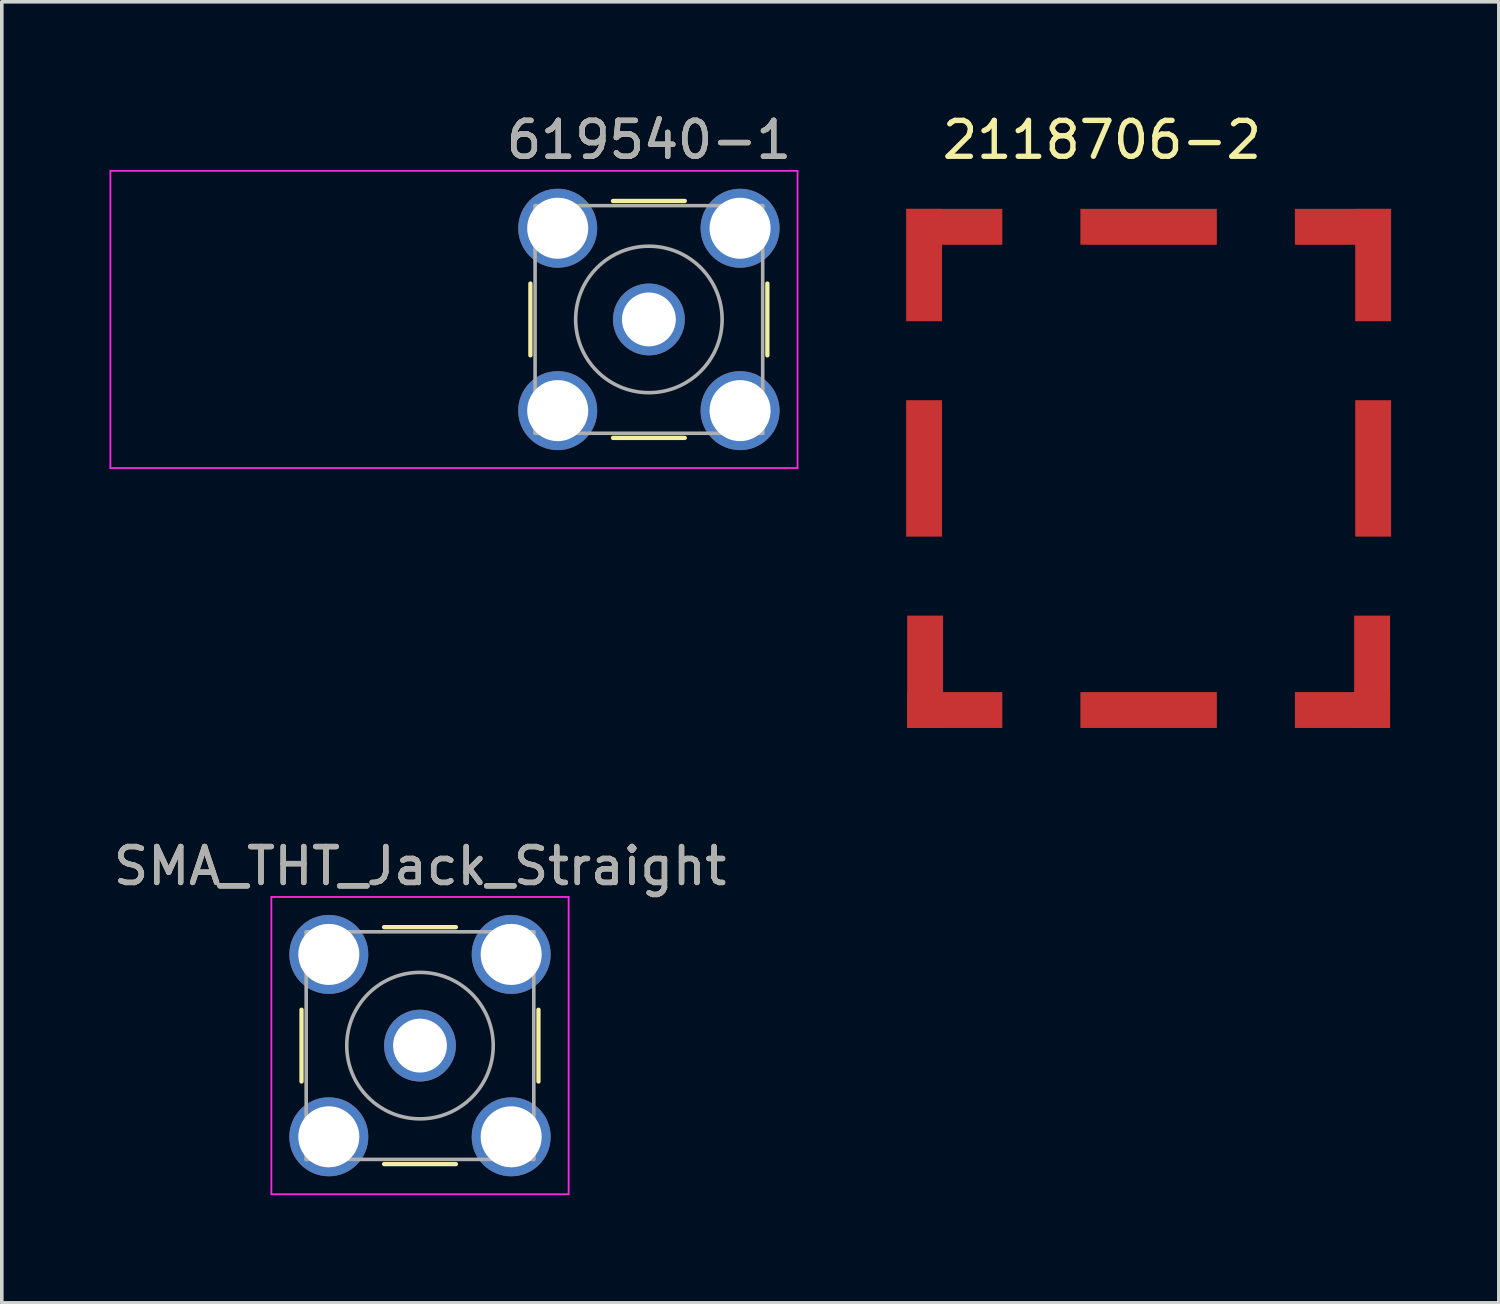
<source format=kicad_pcb>
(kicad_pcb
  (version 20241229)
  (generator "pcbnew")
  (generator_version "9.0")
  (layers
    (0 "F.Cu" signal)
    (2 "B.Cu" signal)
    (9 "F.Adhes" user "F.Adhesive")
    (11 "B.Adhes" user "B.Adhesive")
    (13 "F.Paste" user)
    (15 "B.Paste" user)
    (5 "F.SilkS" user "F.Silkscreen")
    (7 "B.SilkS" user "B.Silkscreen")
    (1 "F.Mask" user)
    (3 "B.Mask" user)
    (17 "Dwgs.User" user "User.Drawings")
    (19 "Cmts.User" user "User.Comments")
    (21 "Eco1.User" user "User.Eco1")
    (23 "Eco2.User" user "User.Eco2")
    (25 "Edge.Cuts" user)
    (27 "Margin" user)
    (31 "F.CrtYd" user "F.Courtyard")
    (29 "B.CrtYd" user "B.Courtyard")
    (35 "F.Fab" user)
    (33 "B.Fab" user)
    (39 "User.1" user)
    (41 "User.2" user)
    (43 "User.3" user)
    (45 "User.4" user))
  (footprint "SMA_THT_Jack_Straight"
    (layer "F.Cu")
    (at 8.649 26.076)
    (property "Reference" "SMA_THT_Jack_Straight" (at 0 -5 0) (layer "F.SilkS") (effects (font (size 1 1) (thickness 0.15))))
    (attr through_hole)
    (fp_line (start -3.3 -1) (end -3.3 1) (stroke (width 0.12) (type solid)) (layer "F.SilkS"))
    (fp_line (start -1 -3.3) (end 1 -3.3) (stroke (width 0.12) (type solid)) (layer "F.SilkS"))
    (fp_line (start -1 3.3) (end 1 3.3) (stroke (width 0.12) (type solid)) (layer "F.SilkS"))
    (fp_line (start 3.3 -1) (end 3.3 1) (stroke (width 0.12) (type solid)) (layer "F.SilkS"))
    (fp_line (start -4.14 -4.14) (end -4.14 4.14) (stroke (width 0.05) (type solid)) (layer "F.CrtYd"))
    (fp_line (start -4.14 -4.14) (end 4.14 -4.14) (stroke (width 0.05) (type solid)) (layer "F.CrtYd"))
    (fp_line (start 4.14 4.14) (end -4.14 4.14) (stroke (width 0.05) (type solid)) (layer "F.CrtYd"))
    (fp_line (start 4.14 4.14) (end 4.14 -4.14) (stroke (width 0.05) (type solid)) (layer "F.CrtYd"))
    (fp_line (start -3.17 -3.17) (end -3.17 3.17) (stroke (width 0.1) (type solid)) (layer "F.Fab"))
    (fp_line (start -3.17 -3.17) (end 3.17 -3.17) (stroke (width 0.1) (type solid)) (layer "F.Fab"))
    (fp_line (start -3.17 3.17) (end 3.17 3.17) (stroke (width 0.1) (type solid)) (layer "F.Fab"))
    (fp_line (start -3.05 -3.05) (end -3.05 -2.03) (stroke (width 0.1) (type solid)) (layer "F.Fab"))
    (fp_line (start -3.05 -3.05) (end -2.03 -3.05) (stroke (width 0.1) (type solid)) (layer "F.Fab"))
    (fp_line (start -3.05 -2.03) (end -2.03 -2.03) (stroke (width 0.1) (type solid)) (layer "F.Fab"))
    (fp_line (start -3.05 2.03) (end -2.03 2.03) (stroke (width 0.1) (type solid)) (layer "F.Fab"))
    (fp_line (start -3.05 3.05) (end -3.05 2.03) (stroke (width 0.1) (type solid)) (layer "F.Fab"))
    (fp_line (start -3.05 3.05) (end -2.03 3.05) (stroke (width 0.1) (type solid)) (layer "F.Fab"))
    (fp_line (start -2.03 -3.05) (end -2.03 -2.03) (stroke (width 0.1) (type solid)) (layer "F.Fab"))
    (fp_line (start -2.03 2.03) (end -2.03 3.05) (stroke (width 0.1) (type solid)) (layer "F.Fab"))
    (fp_line (start 2.03 -3.05) (end 2.03 -2.03) (stroke (width 0.1) (type solid)) (layer "F.Fab"))
    (fp_line (start 2.03 -3.05) (end 3.05 -3.05) (stroke (width 0.1) (type solid)) (layer "F.Fab"))
    (fp_line (start 2.03 -2.03) (end 3.05 -2.03) (stroke (width 0.1) (type solid)) (layer "F.Fab"))
    (fp_line (start 2.03 2.03) (end 2.03 3.05) (stroke (width 0.1) (type solid)) (layer "F.Fab"))
    (fp_line (start 2.03 3.05) (end 3.05 3.05) (stroke (width 0.1) (type solid)) (layer "F.Fab"))
    (fp_line (start 3.05 -3.05) (end 3.05 -2.03) (stroke (width 0.1) (type solid)) (layer "F.Fab"))
    (fp_line (start 3.05 2.03) (end 2.03 2.03) (stroke (width 0.1) (type solid)) (layer "F.Fab"))
    (fp_line (start 3.05 2.03) (end 3.05 3.05) (stroke (width 0.1) (type solid)) (layer "F.Fab"))
    (fp_line (start 3.17 -3.17) (end 3.17 3.17) (stroke (width 0.1) (type solid)) (layer "F.Fab"))
    (fp_circle (center 0 0) (end 0.635 0) (stroke (width 0.1) (type solid)) (fill no) (layer "F.Fab"))
    (fp_circle (center 0 0) (end 2.04 0) (stroke (width 0.1) (type solid)) (fill no) (layer "F.Fab"))
    (fp_text user "${REFERENCE}" (at 0 -5 0) (layer "F.Fab") (effects (font (size 1 1) (thickness 0.15))))
    (pad "1" thru_hole circle (at 0 0) (size 2 2) (drill 1.5) (layers "*.Cu" "*.Mask"))
    (pad "2" thru_hole circle (at -2.54 -2.54) (size 2.2 2.2) (drill 1.7) (layers "*.Cu" "*.Mask"))
    (pad "2" thru_hole circle (at -2.54 2.54) (size 2.2 2.2) (drill 1.7) (layers "*.Cu" "*.Mask"))
    (pad "2" thru_hole circle (at 2.54 -2.54) (size 2.2 2.2) (drill 1.7) (layers "*.Cu" "*.Mask"))
    (pad "2" thru_hole circle (at 2.54 2.54) (size 2.2 2.2) (drill 1.7) (layers "*.Cu" "*.Mask")))
  (footprint "619540-1"
    (layer "F.Cu")
    (at 15.025 5.848)
    (property "Reference" "619540-1" (at 0 -5 0) (layer "F.SilkS") (effects (font (size 1 1) (thickness 0.15))))
    (attr through_hole)
    (fp_line (start -3.3 -1) (end -3.3 1) (stroke (width 0.12) (type solid)) (layer "F.SilkS"))
    (fp_line (start -1 -3.3) (end 1 -3.3) (stroke (width 0.12) (type solid)) (layer "F.SilkS"))
    (fp_line (start -1 3.3) (end 1 3.3) (stroke (width 0.12) (type solid)) (layer "F.SilkS"))
    (fp_line (start 3.3 -1) (end 3.3 1) (stroke (width 0.12) (type solid)) (layer "F.SilkS"))
    (fp_line (start -15 -4.14) (end -15 4.14) (stroke (width 0.05) (type solid)) (layer "F.CrtYd"))
    (fp_line (start -15 -4.14) (end 4.14 -4.14) (stroke (width 0.05) (type solid)) (layer "F.CrtYd"))
    (fp_line (start 4.14 4.14) (end -15 4.14) (stroke (width 0.05) (type solid)) (layer "F.CrtYd"))
    (fp_line (start 4.14 4.14) (end 4.14 -4.14) (stroke (width 0.05) (type solid)) (layer "F.CrtYd"))
    (fp_line (start -3.17 -3.17) (end -3.17 3.17) (stroke (width 0.1) (type solid)) (layer "F.Fab"))
    (fp_line (start -3.17 -3.17) (end 3.17 -3.17) (stroke (width 0.1) (type solid)) (layer "F.Fab"))
    (fp_line (start -3.17 3.17) (end 3.17 3.17) (stroke (width 0.1) (type solid)) (layer "F.Fab"))
    (fp_line (start -3.05 -3.05) (end -3.05 -2.03) (stroke (width 0.1) (type solid)) (layer "F.Fab"))
    (fp_line (start -3.05 -3.05) (end -2.03 -3.05) (stroke (width 0.1) (type solid)) (layer "F.Fab"))
    (fp_line (start -3.05 -2.03) (end -2.03 -2.03) (stroke (width 0.1) (type solid)) (layer "F.Fab"))
    (fp_line (start -3.05 2.03) (end -2.03 2.03) (stroke (width 0.1) (type solid)) (layer "F.Fab"))
    (fp_line (start -3.05 3.05) (end -3.05 2.03) (stroke (width 0.1) (type solid)) (layer "F.Fab"))
    (fp_line (start -3.05 3.05) (end -2.03 3.05) (stroke (width 0.1) (type solid)) (layer "F.Fab"))
    (fp_line (start -2.03 -3.05) (end -2.03 -2.03) (stroke (width 0.1) (type solid)) (layer "F.Fab"))
    (fp_line (start -2.03 2.03) (end -2.03 3.05) (stroke (width 0.1) (type solid)) (layer "F.Fab"))
    (fp_line (start 2.03 -3.05) (end 2.03 -2.03) (stroke (width 0.1) (type solid)) (layer "F.Fab"))
    (fp_line (start 2.03 -3.05) (end 3.05 -3.05) (stroke (width 0.1) (type solid)) (layer "F.Fab"))
    (fp_line (start 2.03 -2.03) (end 3.05 -2.03) (stroke (width 0.1) (type solid)) (layer "F.Fab"))
    (fp_line (start 2.03 2.03) (end 2.03 3.05) (stroke (width 0.1) (type solid)) (layer "F.Fab"))
    (fp_line (start 2.03 3.05) (end 3.05 3.05) (stroke (width 0.1) (type solid)) (layer "F.Fab"))
    (fp_line (start 3.05 -3.05) (end 3.05 -2.03) (stroke (width 0.1) (type solid)) (layer "F.Fab"))
    (fp_line (start 3.05 2.03) (end 2.03 2.03) (stroke (width 0.1) (type solid)) (layer "F.Fab"))
    (fp_line (start 3.05 2.03) (end 3.05 3.05) (stroke (width 0.1) (type solid)) (layer "F.Fab"))
    (fp_line (start 3.17 -3.17) (end 3.17 3.17) (stroke (width 0.1) (type solid)) (layer "F.Fab"))
    (fp_circle (center 0 0) (end 0.635 0) (stroke (width 0.1) (type solid)) (fill no) (layer "F.Fab"))
    (fp_circle (center 0 0) (end 2.04 0) (stroke (width 0.1) (type solid)) (fill no) (layer "F.Fab"))
    (fp_text user "${REFERENCE}" (at 0 -5 0) (layer "F.Fab") (effects (font (size 1 1) (thickness 0.15))))
    (pad "1" thru_hole circle (at 0 0) (size 2 2) (drill 1.5) (layers "*.Cu" "*.Mask"))
    (pad "2" thru_hole circle (at -2.54 -2.54) (size 2.2 2.2) (drill 1.7) (layers "*.Cu" "*.Mask"))
    (pad "2" thru_hole circle (at -2.54 2.54) (size 2.2 2.2) (drill 1.7) (layers "*.Cu" "*.Mask"))
    (pad "2" thru_hole circle (at 2.54 -2.54) (size 2.2 2.2) (drill 1.7) (layers "*.Cu" "*.Mask"))
    (pad "2" thru_hole circle (at 2.54 2.54) (size 2.2 2.2) (drill 1.7) (layers "*.Cu" "*.Mask")))
  (footprint "2118706-2"
    (layer "F.Cu")
    (at 28.945 9.998)
    (property "Reference" "2118706-2" (at -1.3 -9.15 0) (layer "F.SilkS") (effects (font (size 1 1) (thickness 0.15))))
    (attr through_hole)
    (pad "1" smd rect (at -6.255 -5.665 180) (size 1 3.13) (layers "F.Cu" "F.Mask" "F.Paste"))
    (pad "1" smd rect (at -5.4 -6.73 270) (size 1 2.65) (layers "F.Cu" "F.Mask" "F.Paste"))
    (pad "2" smd rect (at -6.255 0) (size 1 3.8) (layers "F.Cu" "F.Mask" "F.Paste"))
    (pad "3" smd rect (at -6.225 5.665 180) (size 1 3.13) (layers "F.Cu" "F.Mask" "F.Paste"))
    (pad "3" smd rect (at -5.4 6.73 270) (size 1 2.65) (layers "F.Cu" "F.Mask" "F.Paste"))
    (pad "4" smd rect (at 0 6.73 90) (size 1 3.8) (layers "F.Cu" "F.Mask" "F.Paste"))
    (pad "5" smd rect (at 5.4 6.73 270) (size 1 2.65) (layers "F.Cu" "F.Mask" "F.Paste"))
    (pad "5" smd rect (at 6.225 5.665 180) (size 1 3.13) (layers "F.Cu" "F.Mask" "F.Paste"))
    (pad "6" smd rect (at 6.255 0) (size 1 3.8) (layers "F.Cu" "F.Mask" "F.Paste"))
    (pad "7" smd rect (at 5.4 -6.73 270) (size 1 2.65) (layers "F.Cu" "F.Mask" "F.Paste"))
    (pad "7" smd rect (at 6.255 -5.665 180) (size 1 3.13) (layers "F.Cu" "F.Mask" "F.Paste"))
    (pad "8" smd rect (at 0 -6.73 90) (size 1 3.8) (layers "F.Cu" "F.Mask" "F.Paste")))
  (gr_rect
    (start -3 -3)
    (end 38.7 33.242)
    (stroke (width 0.1) (type default))
    (fill no)
    (layer "Edge.Cuts")))
</source>
